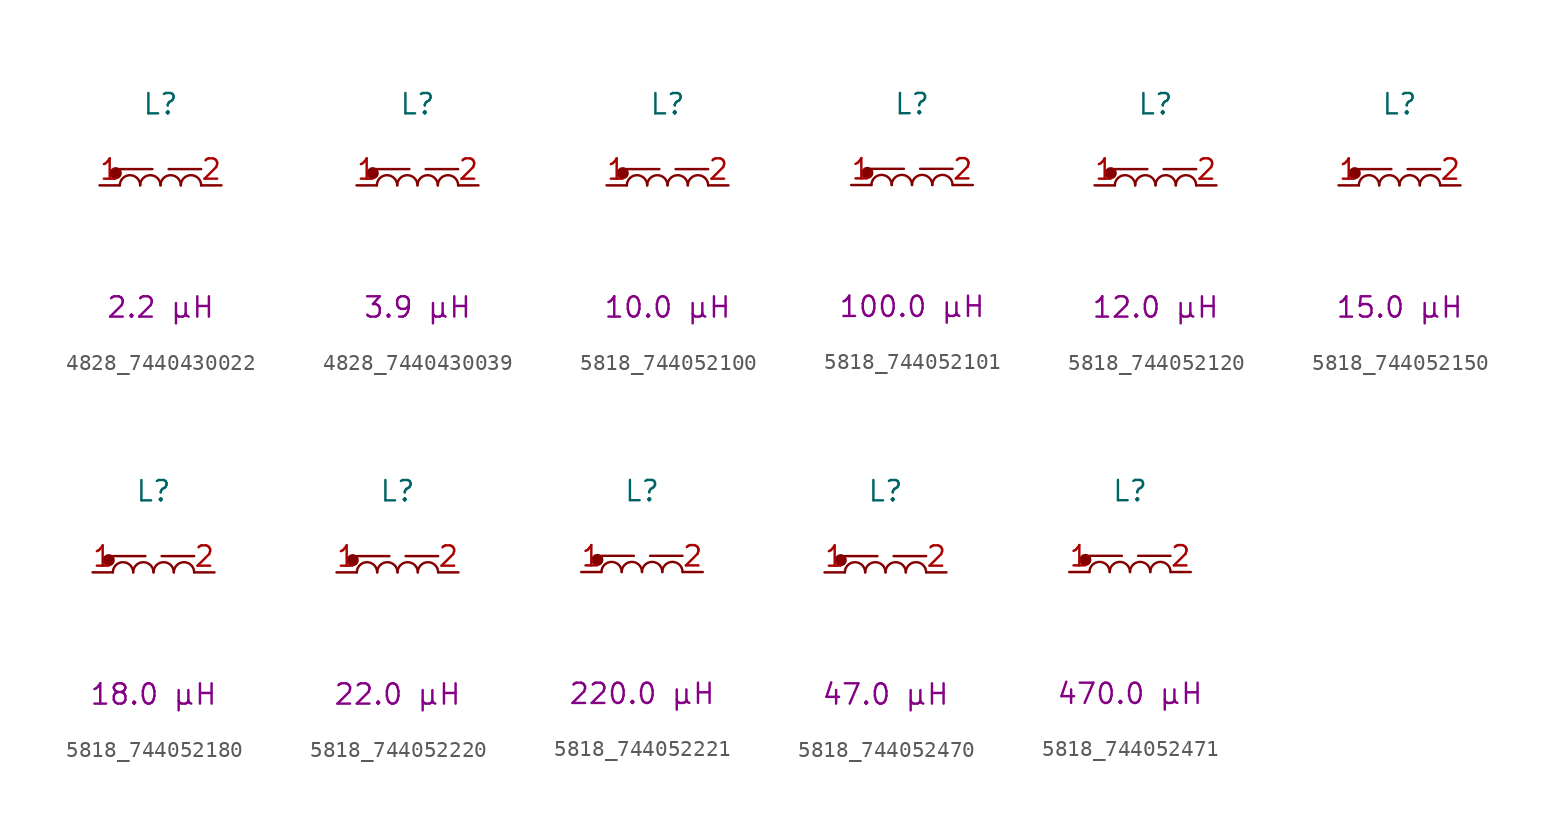
<source format=kicad_sym>
(kicad_symbol_lib
  (version 20220914)
  (generator kicad_symbol_editor)
  (symbol "4828_7440430022"
    (pin_names hide)
    (property "Reference" "L"
      (at 0 5.08 0)
      (effects (font (size 1.27 1.27))))
    (property "Critical Parameter" "2.2 µH"
      (at 0 -7.62 0)
      (effects (font (size 1.27 1.27))))
    (symbol "4828_7440430022_0_1"
      (arc (start -1.27 0) (mid -1.905 0.6323) (end -2.54 0) (stroke (width 0) (type default)) (fill (type none)))
      (arc (start 0 0) (mid -0.635 0.6323) (end -1.27 0) (stroke (width 0) (type default)) (fill (type none)))
      (polyline (pts (xy -2.54 1.016) (xy -0.508 1.016)) (stroke (width 0) (type default)) (fill (type none)))
      (arc (start 1.27 0) (mid 0.635 0.6323) (end 0 0) (stroke (width 0) (type default)) (fill (type none)))
      (arc (start 2.54 0) (mid 1.905 0.6323) (end 1.27 0) (stroke (width 0) (type default)) (fill (type none))))
    (symbol "4828_7440430022_1_1"
      (circle (center -2.794 0.762) (radius 0.0001) (stroke (width 0.381) (type default)) (fill (type none)))
      (polyline (pts (xy 2.54 1.016) (xy 0.508 1.016)) (stroke (width 0) (type default)) (fill (type none)))
      (pin passive line (at -3.81 0 0) (length 1.27) (name "1" (effects (font (size 1.27 1.27)))) (number "1" (effects (font (size 1.27 1.27)))))
      (pin passive line (at 3.81 0 180) (length 1.27) (name "2" (effects (font (size 1.27 1.27)))) (number "2" (effects (font (size 1.27 1.27)))))))
  (symbol "4828_7440430039"
    (pin_names hide)
    (property "Reference" "L"
      (at 0 5.08 0)
      (effects (font (size 1.27 1.27))))
    (property "Critical Parameter" "3.9 µH"
      (at 0 -7.62 0)
      (effects (font (size 1.27 1.27))))
    (symbol "4828_7440430039_0_1"
      (arc (start -1.27 0) (mid -1.905 0.6323) (end -2.54 0) (stroke (width 0) (type default)) (fill (type none)))
      (arc (start 0 0) (mid -0.635 0.6323) (end -1.27 0) (stroke (width 0) (type default)) (fill (type none)))
      (polyline (pts (xy -2.54 1.016) (xy -0.508 1.016)) (stroke (width 0) (type default)) (fill (type none)))
      (arc (start 1.27 0) (mid 0.635 0.6323) (end 0 0) (stroke (width 0) (type default)) (fill (type none)))
      (arc (start 2.54 0) (mid 1.905 0.6323) (end 1.27 0) (stroke (width 0) (type default)) (fill (type none))))
    (symbol "4828_7440430039_1_1"
      (circle (center -2.794 0.762) (radius 0.0001) (stroke (width 0.381) (type default)) (fill (type none)))
      (polyline (pts (xy 2.54 1.016) (xy 0.508 1.016)) (stroke (width 0) (type default)) (fill (type none)))
      (pin passive line (at -3.81 0 0) (length 1.27) (name "1" (effects (font (size 1.27 1.27)))) (number "1" (effects (font (size 1.27 1.27)))))
      (pin passive line (at 3.81 0 180) (length 1.27) (name "2" (effects (font (size 1.27 1.27)))) (number "2" (effects (font (size 1.27 1.27)))))))
  (symbol "5818_744052100"
    (pin_names hide)
    (property "Reference" "L"
      (at 0 5.08 0)
      (effects (font (size 1.27 1.27))))
    (property "Critical Parameter" "10.0 µH"
      (at 0 -7.62 0)
      (effects (font (size 1.27 1.27))))
    (symbol "5818_744052100_0_1"
      (arc (start -1.27 0) (mid -1.905 0.6323) (end -2.54 0) (stroke (width 0) (type default)) (fill (type none)))
      (arc (start 0 0) (mid -0.635 0.6323) (end -1.27 0) (stroke (width 0) (type default)) (fill (type none)))
      (polyline (pts (xy -2.54 1.016) (xy -0.508 1.016)) (stroke (width 0) (type default)) (fill (type none)))
      (arc (start 1.27 0) (mid 0.635 0.6323) (end 0 0) (stroke (width 0) (type default)) (fill (type none)))
      (arc (start 2.54 0) (mid 1.905 0.6323) (end 1.27 0) (stroke (width 0) (type default)) (fill (type none))))
    (symbol "5818_744052100_1_1"
      (circle (center -2.794 0.762) (radius 0.0001) (stroke (width 0.381) (type default)) (fill (type none)))
      (polyline (pts (xy 2.54 1.016) (xy 0.508 1.016)) (stroke (width 0) (type default)) (fill (type none)))
      (pin passive line (at -3.81 0 0) (length 1.27) (name "1" (effects (font (size 1.27 1.27)))) (number "1" (effects (font (size 1.27 1.27)))))
      (pin passive line (at 3.81 0 180) (length 1.27) (name "2" (effects (font (size 1.27 1.27)))) (number "2" (effects (font (size 1.27 1.27)))))))
  (symbol "5818_744052101"
    (pin_names hide)
    (property "Reference" "L"
      (at 0 5.08 0)
      (effects (font (size 1.27 1.27))))
    (property "Critical Parameter" "100.0 µH"
      (at 0 -7.62 0)
      (effects (font (size 1.27 1.27))))
    (symbol "5818_744052101_0_1"
      (arc (start -1.27 0) (mid -1.905 0.6323) (end -2.54 0) (stroke (width 0) (type default)) (fill (type none)))
      (arc (start 0 0) (mid -0.635 0.6323) (end -1.27 0) (stroke (width 0) (type default)) (fill (type none)))
      (polyline (pts (xy -2.54 1.016) (xy -0.508 1.016)) (stroke (width 0) (type default)) (fill (type none)))
      (arc (start 1.27 0) (mid 0.635 0.6323) (end 0 0) (stroke (width 0) (type default)) (fill (type none)))
      (arc (start 2.54 0) (mid 1.905 0.6323) (end 1.27 0) (stroke (width 0) (type default)) (fill (type none))))
    (symbol "5818_744052101_1_1"
      (circle (center -2.794 0.762) (radius 0.0001) (stroke (width 0.381) (type default)) (fill (type none)))
      (polyline (pts (xy 2.54 1.016) (xy 0.508 1.016)) (stroke (width 0) (type default)) (fill (type none)))
      (pin passive line (at -3.81 0 0) (length 1.27) (name "1" (effects (font (size 1.27 1.27)))) (number "1" (effects (font (size 1.27 1.27)))))
      (pin passive line (at 3.81 0 180) (length 1.27) (name "2" (effects (font (size 1.27 1.27)))) (number "2" (effects (font (size 1.27 1.27)))))))
  (symbol "5818_744052120"
    (pin_names hide)
    (property "Reference" "L"
      (at 0 5.08 0)
      (effects (font (size 1.27 1.27))))
    (property "Critical Parameter" "12.0 µH"
      (at 0 -7.62 0)
      (effects (font (size 1.27 1.27))))
    (symbol "5818_744052120_0_1"
      (arc (start -1.27 0) (mid -1.905 0.6323) (end -2.54 0) (stroke (width 0) (type default)) (fill (type none)))
      (arc (start 0 0) (mid -0.635 0.6323) (end -1.27 0) (stroke (width 0) (type default)) (fill (type none)))
      (polyline (pts (xy -2.54 1.016) (xy -0.508 1.016)) (stroke (width 0) (type default)) (fill (type none)))
      (arc (start 1.27 0) (mid 0.635 0.6323) (end 0 0) (stroke (width 0) (type default)) (fill (type none)))
      (arc (start 2.54 0) (mid 1.905 0.6323) (end 1.27 0) (stroke (width 0) (type default)) (fill (type none))))
    (symbol "5818_744052120_1_1"
      (circle (center -2.794 0.762) (radius 0.0001) (stroke (width 0.381) (type default)) (fill (type none)))
      (polyline (pts (xy 2.54 1.016) (xy 0.508 1.016)) (stroke (width 0) (type default)) (fill (type none)))
      (pin passive line (at -3.81 0 0) (length 1.27) (name "1" (effects (font (size 1.27 1.27)))) (number "1" (effects (font (size 1.27 1.27)))))
      (pin passive line (at 3.81 0 180) (length 1.27) (name "2" (effects (font (size 1.27 1.27)))) (number "2" (effects (font (size 1.27 1.27)))))))
  (symbol "5818_744052150"
    (pin_names hide)
    (property "Reference" "L"
      (at 0 5.08 0)
      (effects (font (size 1.27 1.27))))
    (property "Critical Parameter" "15.0 µH"
      (at 0 -7.62 0)
      (effects (font (size 1.27 1.27))))
    (symbol "5818_744052150_0_1"
      (arc (start -1.27 0) (mid -1.905 0.6323) (end -2.54 0) (stroke (width 0) (type default)) (fill (type none)))
      (arc (start 0 0) (mid -0.635 0.6323) (end -1.27 0) (stroke (width 0) (type default)) (fill (type none)))
      (polyline (pts (xy -2.54 1.016) (xy -0.508 1.016)) (stroke (width 0) (type default)) (fill (type none)))
      (arc (start 1.27 0) (mid 0.635 0.6323) (end 0 0) (stroke (width 0) (type default)) (fill (type none)))
      (arc (start 2.54 0) (mid 1.905 0.6323) (end 1.27 0) (stroke (width 0) (type default)) (fill (type none))))
    (symbol "5818_744052150_1_1"
      (circle (center -2.794 0.762) (radius 0.0001) (stroke (width 0.381) (type default)) (fill (type none)))
      (polyline (pts (xy 2.54 1.016) (xy 0.508 1.016)) (stroke (width 0) (type default)) (fill (type none)))
      (pin passive line (at -3.81 0 0) (length 1.27) (name "1" (effects (font (size 1.27 1.27)))) (number "1" (effects (font (size 1.27 1.27)))))
      (pin passive line (at 3.81 0 180) (length 1.27) (name "2" (effects (font (size 1.27 1.27)))) (number "2" (effects (font (size 1.27 1.27)))))))
  (symbol "5818_744052180"
    (pin_names hide)
    (property "Reference" "L"
      (at 0 5.08 0)
      (effects (font (size 1.27 1.27))))
    (property "Critical Parameter" "18.0 µH"
      (at 0 -7.62 0)
      (effects (font (size 1.27 1.27))))
    (symbol "5818_744052180_0_1"
      (arc (start -1.27 0) (mid -1.905 0.6323) (end -2.54 0) (stroke (width 0) (type default)) (fill (type none)))
      (arc (start 0 0) (mid -0.635 0.6323) (end -1.27 0) (stroke (width 0) (type default)) (fill (type none)))
      (polyline (pts (xy -2.54 1.016) (xy -0.508 1.016)) (stroke (width 0) (type default)) (fill (type none)))
      (arc (start 1.27 0) (mid 0.635 0.6323) (end 0 0) (stroke (width 0) (type default)) (fill (type none)))
      (arc (start 2.54 0) (mid 1.905 0.6323) (end 1.27 0) (stroke (width 0) (type default)) (fill (type none))))
    (symbol "5818_744052180_1_1"
      (circle (center -2.794 0.762) (radius 0.0001) (stroke (width 0.381) (type default)) (fill (type none)))
      (polyline (pts (xy 2.54 1.016) (xy 0.508 1.016)) (stroke (width 0) (type default)) (fill (type none)))
      (pin passive line (at -3.81 0 0) (length 1.27) (name "1" (effects (font (size 1.27 1.27)))) (number "1" (effects (font (size 1.27 1.27)))))
      (pin passive line (at 3.81 0 180) (length 1.27) (name "2" (effects (font (size 1.27 1.27)))) (number "2" (effects (font (size 1.27 1.27)))))))
  (symbol "5818_744052220"
    (pin_names hide)
    (property "Reference" "L"
      (at 0 5.08 0)
      (effects (font (size 1.27 1.27))))
    (property "Critical Parameter" "22.0 µH"
      (at 0 -7.62 0)
      (effects (font (size 1.27 1.27))))
    (symbol "5818_744052220_0_1"
      (arc (start -1.27 0) (mid -1.905 0.6323) (end -2.54 0) (stroke (width 0) (type default)) (fill (type none)))
      (arc (start 0 0) (mid -0.635 0.6323) (end -1.27 0) (stroke (width 0) (type default)) (fill (type none)))
      (polyline (pts (xy -2.54 1.016) (xy -0.508 1.016)) (stroke (width 0) (type default)) (fill (type none)))
      (arc (start 1.27 0) (mid 0.635 0.6323) (end 0 0) (stroke (width 0) (type default)) (fill (type none)))
      (arc (start 2.54 0) (mid 1.905 0.6323) (end 1.27 0) (stroke (width 0) (type default)) (fill (type none))))
    (symbol "5818_744052220_1_1"
      (circle (center -2.794 0.762) (radius 0.0001) (stroke (width 0.381) (type default)) (fill (type none)))
      (polyline (pts (xy 2.54 1.016) (xy 0.508 1.016)) (stroke (width 0) (type default)) (fill (type none)))
      (pin passive line (at -3.81 0 0) (length 1.27) (name "1" (effects (font (size 1.27 1.27)))) (number "1" (effects (font (size 1.27 1.27)))))
      (pin passive line (at 3.81 0 180) (length 1.27) (name "2" (effects (font (size 1.27 1.27)))) (number "2" (effects (font (size 1.27 1.27)))))))
  (symbol "5818_744052221"
    (pin_names hide)
    (property "Reference" "L"
      (at 0 5.08 0)
      (effects (font (size 1.27 1.27))))
    (property "Critical Parameter" "220.0 µH"
      (at 0 -7.62 0)
      (effects (font (size 1.27 1.27))))
    (symbol "5818_744052221_0_1"
      (arc (start -1.27 0) (mid -1.905 0.6323) (end -2.54 0) (stroke (width 0) (type default)) (fill (type none)))
      (arc (start 0 0) (mid -0.635 0.6323) (end -1.27 0) (stroke (width 0) (type default)) (fill (type none)))
      (polyline (pts (xy -2.54 1.016) (xy -0.508 1.016)) (stroke (width 0) (type default)) (fill (type none)))
      (arc (start 1.27 0) (mid 0.635 0.6323) (end 0 0) (stroke (width 0) (type default)) (fill (type none)))
      (arc (start 2.54 0) (mid 1.905 0.6323) (end 1.27 0) (stroke (width 0) (type default)) (fill (type none))))
    (symbol "5818_744052221_1_1"
      (circle (center -2.794 0.762) (radius 0.0001) (stroke (width 0.381) (type default)) (fill (type none)))
      (polyline (pts (xy 2.54 1.016) (xy 0.508 1.016)) (stroke (width 0) (type default)) (fill (type none)))
      (pin passive line (at -3.81 0 0) (length 1.27) (name "1" (effects (font (size 1.27 1.27)))) (number "1" (effects (font (size 1.27 1.27)))))
      (pin passive line (at 3.81 0 180) (length 1.27) (name "2" (effects (font (size 1.27 1.27)))) (number "2" (effects (font (size 1.27 1.27)))))))
  (symbol "5818_744052470"
    (pin_names hide)
    (property "Reference" "L"
      (at 0 5.08 0)
      (effects (font (size 1.27 1.27))))
    (property "Critical Parameter" "47.0 µH"
      (at 0 -7.62 0)
      (effects (font (size 1.27 1.27))))
    (symbol "5818_744052470_0_1"
      (arc (start -1.27 0) (mid -1.905 0.6323) (end -2.54 0) (stroke (width 0) (type default)) (fill (type none)))
      (arc (start 0 0) (mid -0.635 0.6323) (end -1.27 0) (stroke (width 0) (type default)) (fill (type none)))
      (polyline (pts (xy -2.54 1.016) (xy -0.508 1.016)) (stroke (width 0) (type default)) (fill (type none)))
      (arc (start 1.27 0) (mid 0.635 0.6323) (end 0 0) (stroke (width 0) (type default)) (fill (type none)))
      (arc (start 2.54 0) (mid 1.905 0.6323) (end 1.27 0) (stroke (width 0) (type default)) (fill (type none))))
    (symbol "5818_744052470_1_1"
      (circle (center -2.794 0.762) (radius 0.0001) (stroke (width 0.381) (type default)) (fill (type none)))
      (polyline (pts (xy 2.54 1.016) (xy 0.508 1.016)) (stroke (width 0) (type default)) (fill (type none)))
      (pin passive line (at -3.81 0 0) (length 1.27) (name "1" (effects (font (size 1.27 1.27)))) (number "1" (effects (font (size 1.27 1.27)))))
      (pin passive line (at 3.81 0 180) (length 1.27) (name "2" (effects (font (size 1.27 1.27)))) (number "2" (effects (font (size 1.27 1.27)))))))
  (symbol "5818_744052471"
    (pin_names hide)
    (property "Reference" "L"
      (at 0 5.08 0)
      (effects (font (size 1.27 1.27))))
    (property "Critical Parameter" "470.0 µH"
      (at 0 -7.62 0)
      (effects (font (size 1.27 1.27))))
    (symbol "5818_744052471_0_1"
      (arc (start -1.27 0) (mid -1.905 0.6323) (end -2.54 0) (stroke (width 0) (type default)) (fill (type none)))
      (arc (start 0 0) (mid -0.635 0.6323) (end -1.27 0) (stroke (width 0) (type default)) (fill (type none)))
      (polyline (pts (xy -2.54 1.016) (xy -0.508 1.016)) (stroke (width 0) (type default)) (fill (type none)))
      (arc (start 1.27 0) (mid 0.635 0.6323) (end 0 0) (stroke (width 0) (type default)) (fill (type none)))
      (arc (start 2.54 0) (mid 1.905 0.6323) (end 1.27 0) (stroke (width 0) (type default)) (fill (type none))))
    (symbol "5818_744052471_1_1"
      (circle (center -2.794 0.762) (radius 0.0001) (stroke (width 0.381) (type default)) (fill (type none)))
      (polyline (pts (xy 2.54 1.016) (xy 0.508 1.016)) (stroke (width 0) (type default)) (fill (type none)))
      (pin passive line (at -3.81 0 0) (length 1.27) (name "1" (effects (font (size 1.27 1.27)))) (number "1" (effects (font (size 1.27 1.27)))))
      (pin passive line (at 3.81 0 180) (length 1.27) (name "2" (effects (font (size 1.27 1.27)))) (number "2" (effects (font (size 1.27 1.27))))))))
</source>
